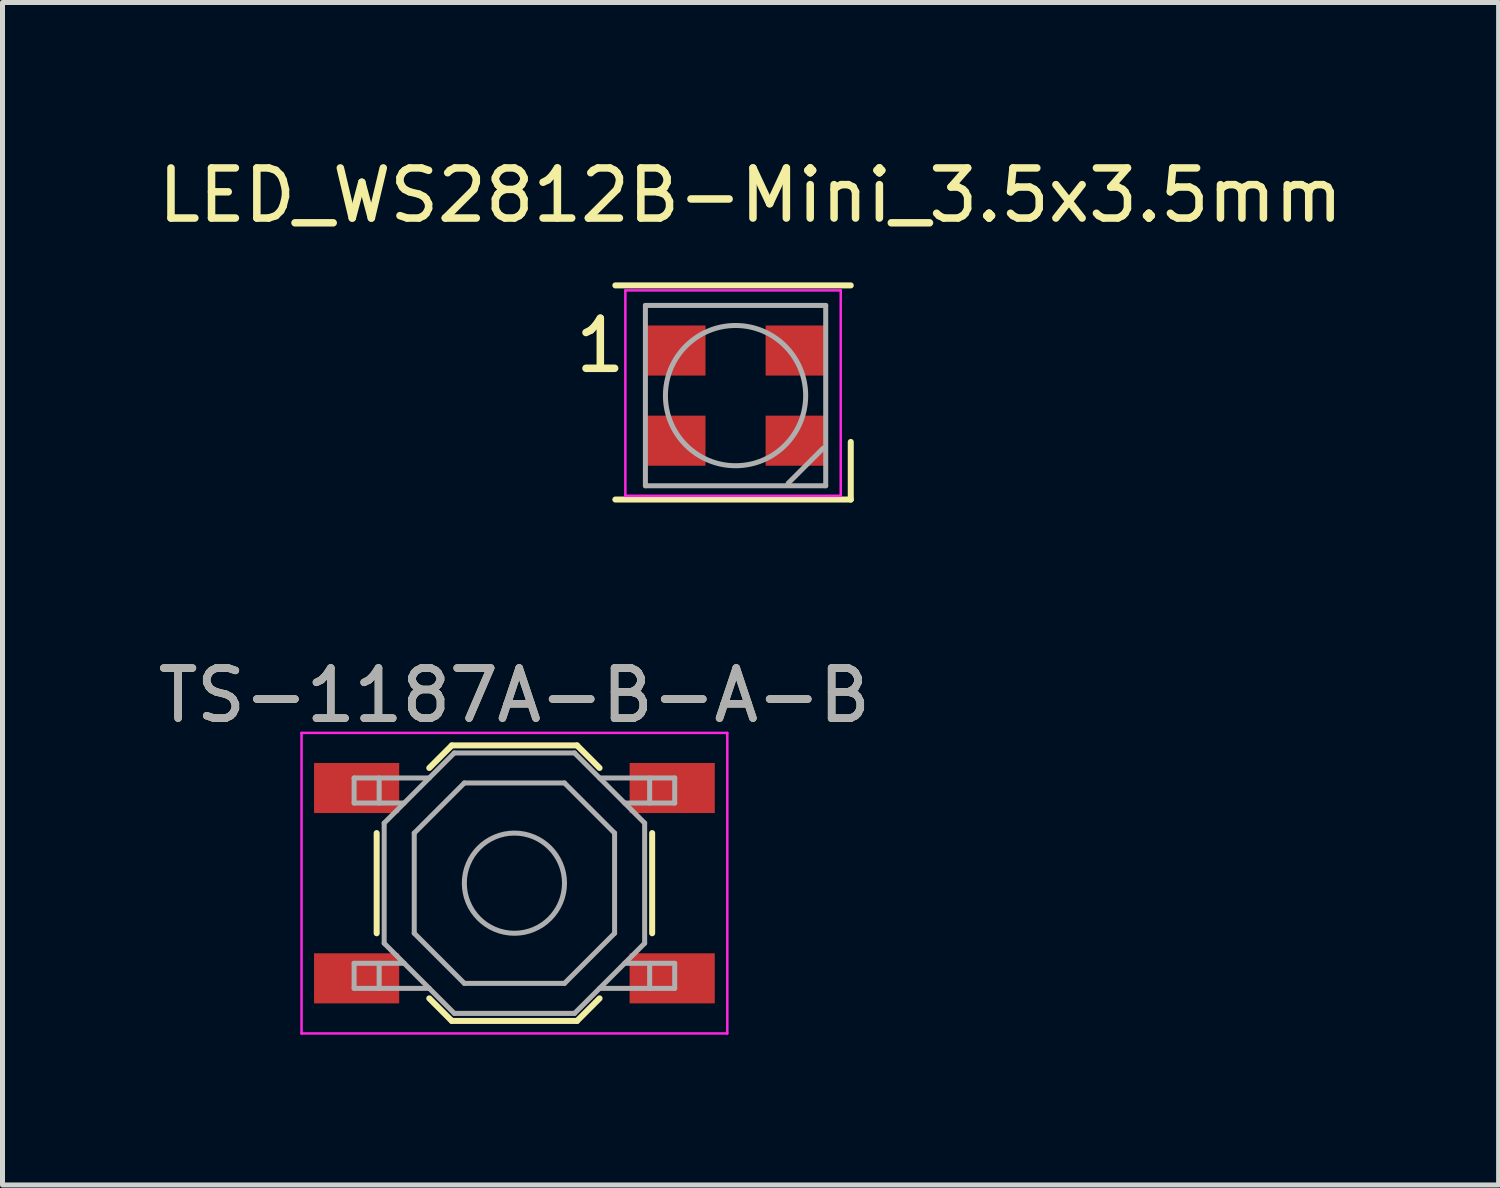
<source format=kicad_pcb>
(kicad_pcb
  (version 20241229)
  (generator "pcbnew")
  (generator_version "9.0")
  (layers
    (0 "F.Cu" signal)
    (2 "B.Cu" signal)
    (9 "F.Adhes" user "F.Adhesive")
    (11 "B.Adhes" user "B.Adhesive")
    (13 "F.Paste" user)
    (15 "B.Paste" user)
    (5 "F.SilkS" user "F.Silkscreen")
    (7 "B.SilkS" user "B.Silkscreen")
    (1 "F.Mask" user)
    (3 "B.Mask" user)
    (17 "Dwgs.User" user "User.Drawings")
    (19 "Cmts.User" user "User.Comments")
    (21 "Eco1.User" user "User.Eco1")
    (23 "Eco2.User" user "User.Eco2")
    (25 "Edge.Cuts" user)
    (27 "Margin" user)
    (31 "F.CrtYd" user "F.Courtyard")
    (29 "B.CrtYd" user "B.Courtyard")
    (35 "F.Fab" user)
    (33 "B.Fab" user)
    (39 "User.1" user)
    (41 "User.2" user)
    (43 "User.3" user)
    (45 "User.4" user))
  (footprint "LED_WS2812B-Mini_3.5x3.5mm"
    (layer "F.Cu")
    (at 11.635 4.848)
    (property "Reference" "LED_WS2812B-Mini_3.5x3.5mm" (at 0.3 -4 0) (layer "F.SilkS") (effects (font (size 1 1) (thickness 0.15))))
    (attr smd)
    (fp_line (start -2.4 -2.2) (end 2.3 -2.2) (stroke (width 0.12) (type solid)) (layer "F.SilkS"))
    (fp_line (start -2.4 2.075) (end 2.3 2.075) (stroke (width 0.12) (type solid)) (layer "F.SilkS"))
    (fp_line (start 2.3 2.075) (end 2.3 0.925) (stroke (width 0.12) (type solid)) (layer "F.SilkS"))
    (fp_line (start -2.2 -2.1) (end -2.2 2) (stroke (width 0.05) (type solid)) (layer "F.CrtYd"))
    (fp_line (start -2.2 2) (end 2.1 2) (stroke (width 0.05) (type solid)) (layer "F.CrtYd"))
    (fp_line (start 2.1 -2.1) (end -2.2 -2.1) (stroke (width 0.05) (type solid)) (layer "F.CrtYd"))
    (fp_line (start 2.1 2) (end 2.1 -2.1) (stroke (width 0.05) (type solid)) (layer "F.CrtYd"))
    (fp_line (start -1.8 -1.8) (end -1.8 1.8) (stroke (width 0.1) (type solid)) (layer "F.Fab"))
    (fp_line (start -1.8 1.8) (end 1.8 1.8) (stroke (width 0.1) (type solid)) (layer "F.Fab"))
    (fp_line (start 1.75 1.05) (end 1.05 1.75) (stroke (width 0.1) (type solid)) (layer "F.Fab"))
    (fp_line (start 1.8 -1.8) (end -1.8 -1.8) (stroke (width 0.1) (type solid)) (layer "F.Fab"))
    (fp_line (start 1.8 1.8) (end 1.8 -1.8) (stroke (width 0.1) (type solid)) (layer "F.Fab"))
    (fp_circle (center 0 0) (end 0 -1.4) (stroke (width 0.1) (type solid)) (fill no) (layer "F.Fab"))
    (fp_text user "1" (at -2.7 -1 0) (layer "F.SilkS") (effects (font (size 1 1) (thickness 0.15))))
    (pad "1" smd rect (at -1.2 -0.9) (size 1.2 1) (layers "F.Cu" "F.Mask" "F.Paste"))
    (pad "2" smd rect (at -1.2 0.9) (size 1.2 1) (layers "F.Cu" "F.Mask" "F.Paste"))
    (pad "3" smd rect (at 1.2 0.9) (size 1.2 1) (layers "F.Cu" "F.Mask" "F.Paste"))
    (pad "4" smd rect (at 1.2 -0.9) (size 1.2 1) (layers "F.Cu" "F.Mask" "F.Paste")))
  (footprint "TS-1187A-B-A-B"
    (layer "F.Cu")
    (at 7.22 14.582)
    (property "Reference" "TS-1187A-B-A-B" (at 0 -3.75 0) (layer "F.SilkS") (effects (font (size 1 1) (thickness 0.15))))
    (attr smd)
    (fp_line (start -2.75 -1) (end -2.75 1) (stroke (width 0.12) (type solid)) (layer "F.SilkS"))
    (fp_line (start -1.7 -2.3) (end -1.25 -2.75) (stroke (width 0.12) (type solid)) (layer "F.SilkS"))
    (fp_line (start -1.7 2.3) (end -1.25 2.75) (stroke (width 0.12) (type solid)) (layer "F.SilkS"))
    (fp_line (start -1.25 -2.75) (end 1.25 -2.75) (stroke (width 0.12) (type solid)) (layer "F.SilkS"))
    (fp_line (start -1.25 2.75) (end 1.25 2.75) (stroke (width 0.12) (type solid)) (layer "F.SilkS"))
    (fp_line (start 1.7 -2.3) (end 1.25 -2.75) (stroke (width 0.12) (type solid)) (layer "F.SilkS"))
    (fp_line (start 1.7 2.3) (end 1.25 2.75) (stroke (width 0.12) (type solid)) (layer "F.SilkS"))
    (fp_line (start 2.75 -1) (end 2.75 1) (stroke (width 0.12) (type solid)) (layer "F.SilkS"))
    (fp_line (start -4.25 -3) (end 4.25 -3) (stroke (width 0.05) (type solid)) (layer "F.CrtYd"))
    (fp_line (start -4.25 3) (end -4.25 -3) (stroke (width 0.05) (type solid)) (layer "F.CrtYd"))
    (fp_line (start 4.25 -3) (end 4.25 3) (stroke (width 0.05) (type solid)) (layer "F.CrtYd"))
    (fp_line (start 4.25 3) (end -4.25 3) (stroke (width 0.05) (type solid)) (layer "F.CrtYd"))
    (fp_line (start -3.2 -2.1) (end -3.2 -1.6) (stroke (width 0.1) (type solid)) (layer "F.Fab"))
    (fp_line (start -3.2 -1.6) (end -2.2 -1.6) (stroke (width 0.1) (type solid)) (layer "F.Fab"))
    (fp_line (start -3.2 1.6) (end -2.2 1.6) (stroke (width 0.1) (type solid)) (layer "F.Fab"))
    (fp_line (start -3.2 2.1) (end -3.2 1.6) (stroke (width 0.1) (type solid)) (layer "F.Fab"))
    (fp_line (start -2.7 -2.1) (end -2.7 -1.6) (stroke (width 0.1) (type solid)) (layer "F.Fab"))
    (fp_line (start -2.7 2.1) (end -2.7 1.6) (stroke (width 0.1) (type solid)) (layer "F.Fab"))
    (fp_line (start -2.6 -1.2) (end -2.6 1.2) (stroke (width 0.1) (type solid)) (layer "F.Fab"))
    (fp_line (start -2.6 1.2) (end -1.2 2.6) (stroke (width 0.1) (type solid)) (layer "F.Fab"))
    (fp_line (start -2 -1) (end -1 -2) (stroke (width 0.1) (type solid)) (layer "F.Fab"))
    (fp_line (start -2 1) (end -2 -1) (stroke (width 0.1) (type solid)) (layer "F.Fab"))
    (fp_line (start -1.7 -2.1) (end -3.2 -2.1) (stroke (width 0.1) (type solid)) (layer "F.Fab"))
    (fp_line (start -1.7 2.1) (end -3.2 2.1) (stroke (width 0.1) (type solid)) (layer "F.Fab"))
    (fp_line (start -1.2 -2.6) (end -2.6 -1.2) (stroke (width 0.1) (type solid)) (layer "F.Fab"))
    (fp_line (start -1.2 2.6) (end 1.2 2.6) (stroke (width 0.1) (type solid)) (layer "F.Fab"))
    (fp_line (start -1 -2) (end 1 -2) (stroke (width 0.1) (type solid)) (layer "F.Fab"))
    (fp_line (start -1 2) (end -2 1) (stroke (width 0.1) (type solid)) (layer "F.Fab"))
    (fp_line (start 1 -2) (end 2 -1) (stroke (width 0.1) (type solid)) (layer "F.Fab"))
    (fp_line (start 1 2) (end -1 2) (stroke (width 0.1) (type solid)) (layer "F.Fab"))
    (fp_line (start 1.2 -2.6) (end -1.2 -2.6) (stroke (width 0.1) (type solid)) (layer "F.Fab"))
    (fp_line (start 1.2 2.6) (end 2.6 1.2) (stroke (width 0.1) (type solid)) (layer "F.Fab"))
    (fp_line (start 1.7 -2.1) (end 3.2 -2.1) (stroke (width 0.1) (type solid)) (layer "F.Fab"))
    (fp_line (start 1.7 2.1) (end 3.2 2.1) (stroke (width 0.1) (type solid)) (layer "F.Fab"))
    (fp_line (start 2 -1) (end 2 1) (stroke (width 0.1) (type solid)) (layer "F.Fab"))
    (fp_line (start 2 1) (end 1 2) (stroke (width 0.1) (type solid)) (layer "F.Fab"))
    (fp_line (start 2.6 -1.2) (end 1.2 -2.6) (stroke (width 0.1) (type solid)) (layer "F.Fab"))
    (fp_line (start 2.6 1.2) (end 2.6 -1.2) (stroke (width 0.1) (type solid)) (layer "F.Fab"))
    (fp_line (start 2.7 -2.1) (end 2.7 -1.6) (stroke (width 0.1) (type solid)) (layer "F.Fab"))
    (fp_line (start 2.7 2.1) (end 2.7 1.6) (stroke (width 0.1) (type solid)) (layer "F.Fab"))
    (fp_line (start 3.2 -2.1) (end 3.2 -1.6) (stroke (width 0.1) (type solid)) (layer "F.Fab"))
    (fp_line (start 3.2 -1.6) (end 2.2 -1.6) (stroke (width 0.1) (type solid)) (layer "F.Fab"))
    (fp_line (start 3.2 1.6) (end 2.2 1.6) (stroke (width 0.1) (type solid)) (layer "F.Fab"))
    (fp_line (start 3.2 2.1) (end 3.2 1.6) (stroke (width 0.1) (type solid)) (layer "F.Fab"))
    (fp_circle (center 0 0) (end 1 0) (stroke (width 0.1) (type solid)) (fill no) (layer "F.Fab"))
    (fp_text user "${REFERENCE}" (at 0 -3.75 0) (layer "F.Fab") (effects (font (size 1 1) (thickness 0.15))))
    (pad "1" smd rect (at -3.15 -1.9) (size 1.7 1) (layers "F.Cu" "F.Mask" "F.Paste"))
    (pad "2" smd rect (at 3.15 -1.9) (size 1.7 1) (layers "F.Cu" "F.Mask" "F.Paste"))
    (pad "3" smd rect (at -3.15 1.9) (size 1.7 1) (layers "F.Cu" "F.Mask" "F.Paste"))
    (pad "4" smd rect (at 3.15 1.9) (size 1.7 1) (layers "F.Cu" "F.Mask" "F.Paste")))
  (gr_rect
    (start -3 -3)
    (end 26.869 20.607)
    (stroke (width 0.1) (type default))
    (fill no)
    (layer "Edge.Cuts")))
</source>
